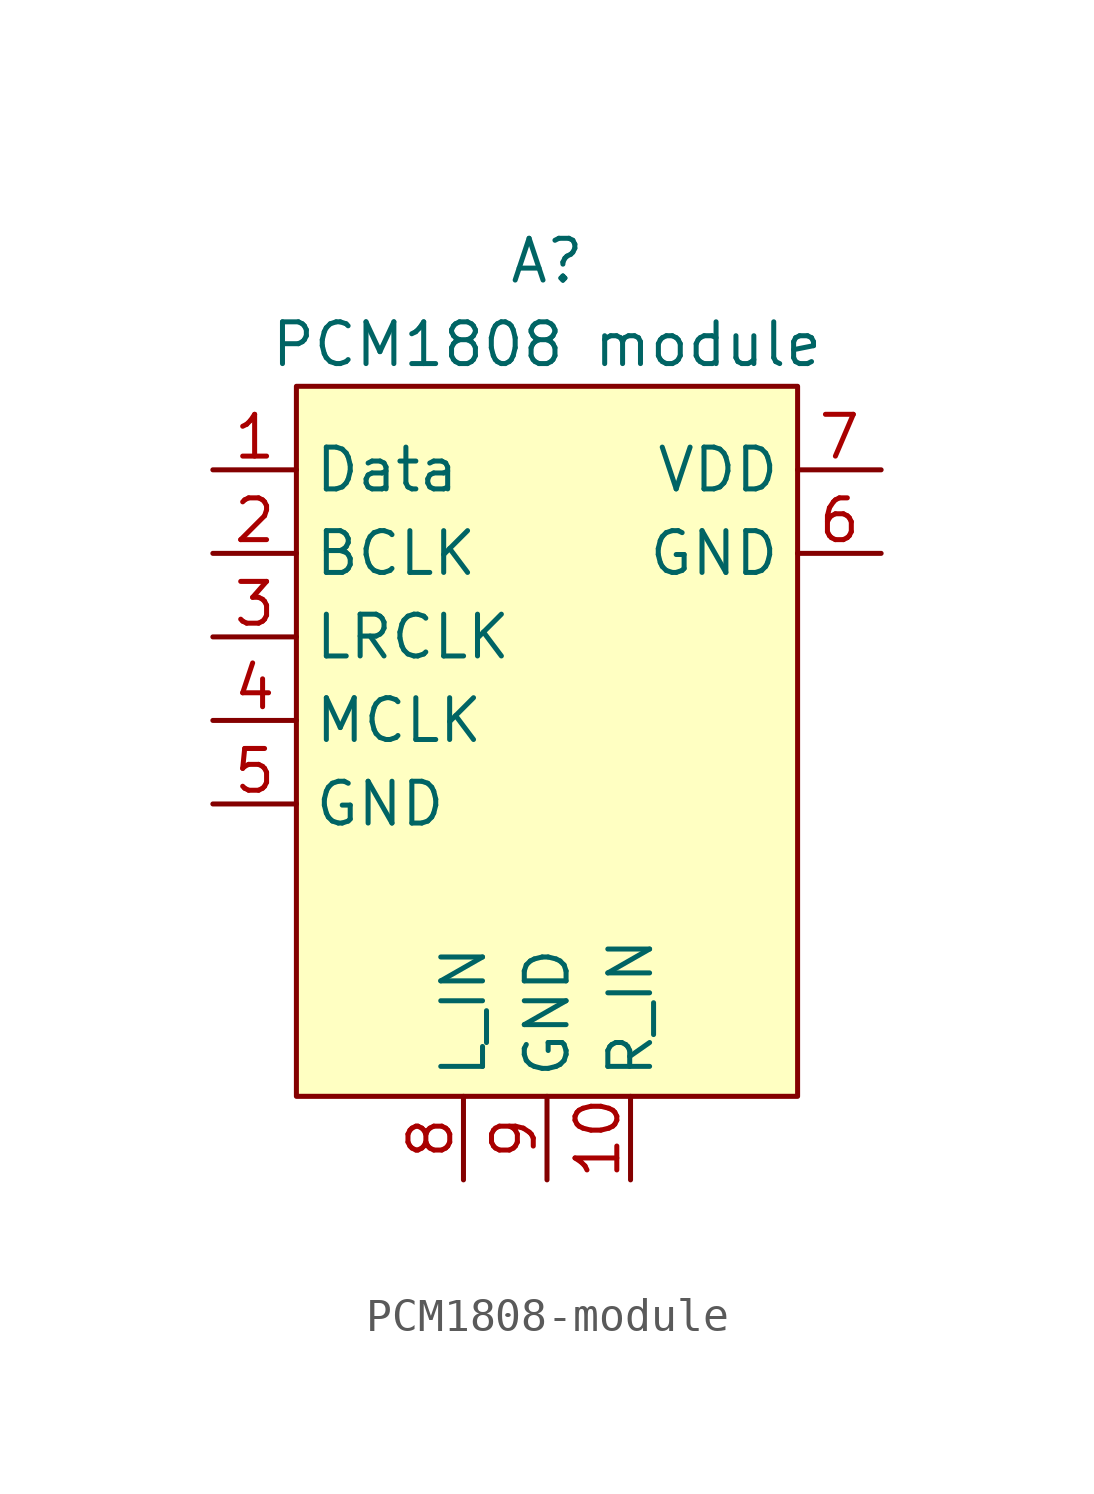
<source format=kicad_sym>
(kicad_symbol_lib
  (version 20220914)
  (generator kicad_symbol_editor)
  (symbol "PCM1808-module"
    (property "Reference" "A"
      (at 0 13.97 0)
      (effects (font (size 1.27 1.27))))
    (property "Value" "PCM1808 module"
      (at 0 11.43 0)
      (effects (font (size 1.27 1.27))))
    (symbol "PCM1808-module_1_1"
      (rectangle (start -7.62 10.16) (end 7.62 -11.43) (stroke (width 0) (type solid)) (fill (type background)))
      (pin bidirectional line (at -10.16 7.62 0) (length 2.54) (name "Data" (effects (font (size 1.27 1.27)))) (number "1" (effects (font (size 1.27 1.27)))))
      (pin input line (at 2.54 -13.97 90) (length 2.54) (name "R_IN" (effects (font (size 1.27 1.27)))) (number "10" (effects (font (size 1.27 1.27)))))
      (pin bidirectional line (at -10.16 5.08 0) (length 2.54) (name "BCLK" (effects (font (size 1.27 1.27)))) (number "2" (effects (font (size 1.27 1.27)))))
      (pin bidirectional line (at -10.16 2.54 0) (length 2.54) (name "LRCLK" (effects (font (size 1.27 1.27)))) (number "3" (effects (font (size 1.27 1.27)))))
      (pin output line (at -10.16 0 0) (length 2.54) (name "MCLK" (effects (font (size 1.27 1.27)))) (number "4" (effects (font (size 1.27 1.27)))))
      (pin power_in line (at -10.16 -2.54 0) (length 2.54) (name "GND" (effects (font (size 1.27 1.27)))) (number "5" (effects (font (size 1.27 1.27)))))
      (pin power_in line (at 10.16 5.08 180) (length 2.54) (name "GND" (effects (font (size 1.27 1.27)))) (number "6" (effects (font (size 1.27 1.27)))))
      (pin power_in line (at 10.16 7.62 180) (length 2.54) (name "VDD" (effects (font (size 1.27 1.27)))) (number "7" (effects (font (size 1.27 1.27)))))
      (pin input line (at -2.54 -13.97 90) (length 2.54) (name "L_IN" (effects (font (size 1.27 1.27)))) (number "8" (effects (font (size 1.27 1.27)))))
      (pin input line (at 0 -13.97 90) (length 2.54) (name "GND" (effects (font (size 1.27 1.27)))) (number "9" (effects (font (size 1.27 1.27))))))))
</source>
